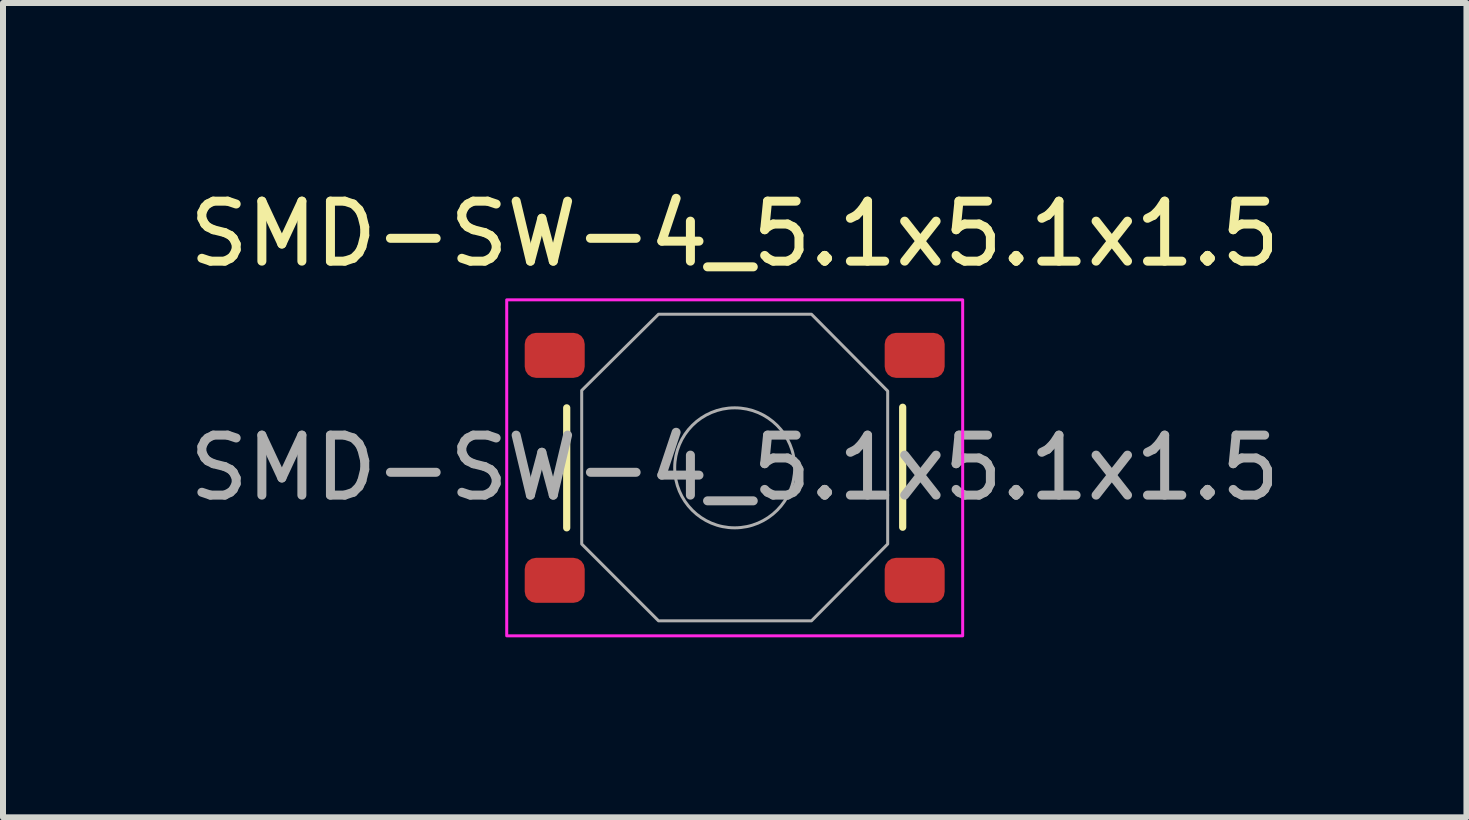
<source format=kicad_pcb>
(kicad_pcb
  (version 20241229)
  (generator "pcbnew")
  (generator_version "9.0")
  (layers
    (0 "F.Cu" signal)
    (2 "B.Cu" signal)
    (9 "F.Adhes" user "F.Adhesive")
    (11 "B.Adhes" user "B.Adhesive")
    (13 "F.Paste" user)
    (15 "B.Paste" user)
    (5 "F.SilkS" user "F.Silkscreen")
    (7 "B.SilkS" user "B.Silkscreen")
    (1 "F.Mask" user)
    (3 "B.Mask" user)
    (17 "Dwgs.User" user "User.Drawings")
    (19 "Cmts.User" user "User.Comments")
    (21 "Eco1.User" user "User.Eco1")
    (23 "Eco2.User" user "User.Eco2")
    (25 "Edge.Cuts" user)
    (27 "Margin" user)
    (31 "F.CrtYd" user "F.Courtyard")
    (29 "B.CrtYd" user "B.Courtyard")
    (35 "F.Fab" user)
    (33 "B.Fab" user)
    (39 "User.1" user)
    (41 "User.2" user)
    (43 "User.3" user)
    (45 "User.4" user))
  (footprint "SMD-SW-4_5.1x5.1x1.5"
    (layer "F.Cu")
    (at 9.196 4.748)
    (property "Reference" "SMD-SW-4_5.1x5.1x1.5" (at 0 -3.9 0) (unlocked yes) (layer "F.SilkS") (effects (font (size 1 1) (thickness 0.15))))
    (attr smd)
    (fp_line (start -2.8 -1) (end -2.8 1) (stroke (width 0.12) (type solid)) (layer "F.SilkS"))
    (fp_line (start 2.8 -1.01) (end 2.8 0.99) (stroke (width 0.12) (type solid)) (layer "F.SilkS"))
    (fp_rect (start -3.8 -2.8) (end 3.8 2.8) (stroke (width 0.05) (type solid)) (fill no) (layer "F.CrtYd"))
    (fp_circle (center 0 0) (end 1 0) (stroke (width 0.05) (type solid)) (fill no) (layer "F.Fab"))
    (fp_poly (pts (xy 2.55 -1.28) (xy 2.55 1.27) (xy 1.28 2.55) (xy -1.27 2.55) (xy -2.55 1.27) (xy -2.55 -1.29) (xy -1.27 -2.56) (xy 1.28 -2.56)) (stroke (width 0.05) (type solid)) (fill no) (layer "F.Fab"))
    (fp_text user "${REFERENCE}" (at 0 0 0) (unlocked yes) (layer "F.Fab") (effects (font (size 1 1) (thickness 0.15))))
    (pad "1" smd roundrect (at -3 -1.875) (size 1 0.75) (layers "F.Cu" "F.Mask" "F.Paste") (roundrect_rratio 0.25))
    (pad "1" smd roundrect (at 3 -1.875) (size 1 0.75) (layers "F.Cu" "F.Mask" "F.Paste") (roundrect_rratio 0.25))
    (pad "2" smd roundrect (at -3 1.875) (size 1 0.75) (layers "F.Cu" "F.Mask" "F.Paste") (roundrect_rratio 0.25))
    (pad "2" smd roundrect (at 3 1.875) (size 1 0.75) (layers "F.Cu" "F.Mask" "F.Paste") (roundrect_rratio 0.25)))
  (gr_rect
    (start -3 -3)
    (end 21.393 10.573)
    (stroke (width 0.1) (type default))
    (fill no)
    (layer "Edge.Cuts")))
</source>
